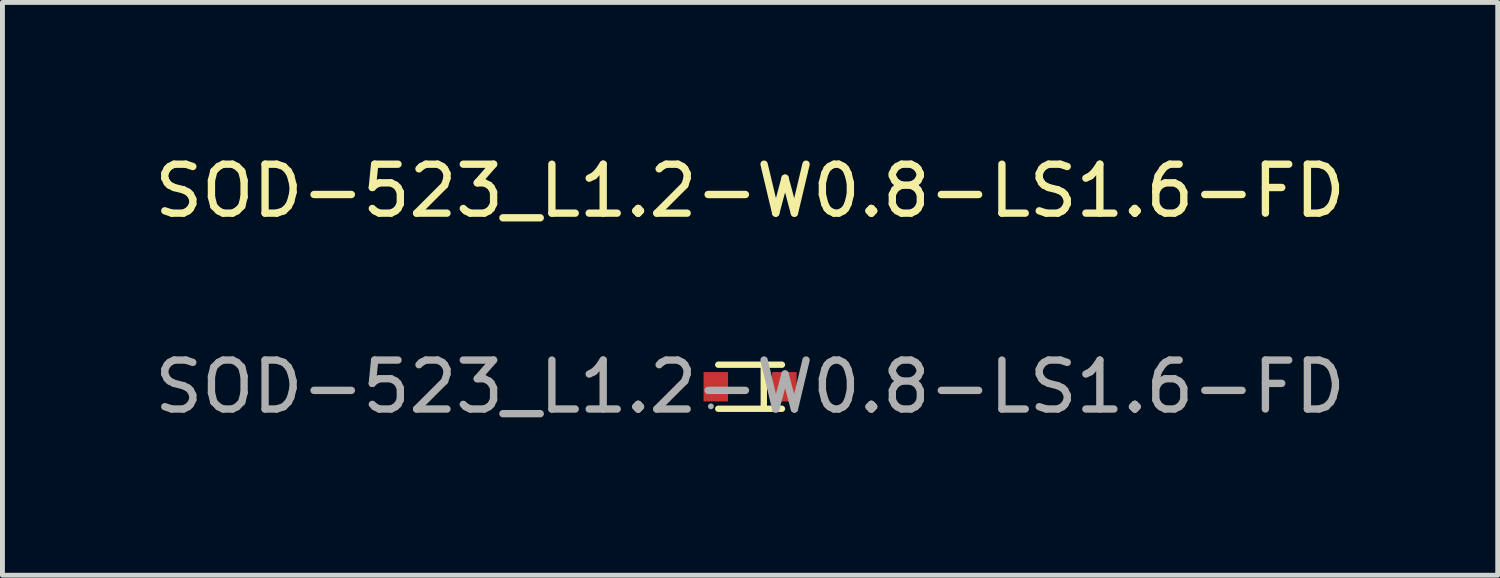
<source format=kicad_pcb>
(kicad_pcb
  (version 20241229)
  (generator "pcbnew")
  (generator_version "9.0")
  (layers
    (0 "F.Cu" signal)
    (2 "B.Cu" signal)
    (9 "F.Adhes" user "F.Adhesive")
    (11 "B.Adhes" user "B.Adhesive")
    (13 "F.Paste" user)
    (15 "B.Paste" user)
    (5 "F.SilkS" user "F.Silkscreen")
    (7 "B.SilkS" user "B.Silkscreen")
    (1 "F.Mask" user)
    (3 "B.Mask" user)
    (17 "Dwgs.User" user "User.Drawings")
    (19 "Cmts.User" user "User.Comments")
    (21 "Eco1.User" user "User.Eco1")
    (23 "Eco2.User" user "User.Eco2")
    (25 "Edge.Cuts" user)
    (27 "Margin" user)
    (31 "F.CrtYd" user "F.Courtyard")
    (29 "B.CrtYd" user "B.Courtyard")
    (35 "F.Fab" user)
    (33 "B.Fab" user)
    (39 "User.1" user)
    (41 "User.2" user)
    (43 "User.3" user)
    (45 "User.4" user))
  (footprint "SOD-523_L1.2-W0.8-LS1.6-FD"
    (layer "F.Cu")
    (at 12.268 4.848)
    (property "Reference" "SOD-523_L1.2-W0.8-LS1.6-FD" (at 0 -4 0) (layer "F.SilkS") (effects (font (size 1 1) (thickness 0.15))))
    (attr smd)
    (fp_line (start -0.65 -0.45) (end 0.65 -0.45) (stroke (width 0.13) (type solid)) (layer "F.SilkS"))
    (fp_line (start -0.65 0.45) (end 0.65 0.45) (stroke (width 0.13) (type solid)) (layer "F.SilkS"))
    (fp_line (start 0.28 -0.41) (end 0.28 0.44) (stroke (width 0.13) (type solid)) (layer "F.SilkS"))
    (fp_circle (center -0.8 0.4) (end -0.77 0.4) (stroke (width 0.06) (type solid)) (fill no) (layer "F.Fab"))
    (fp_text user "${REFERENCE}" (at 0 0 0) (layer "F.Fab") (effects (font (size 1 1) (thickness 0.15))))
    (pad "1" smd rect (at -0.7 0) (size 0.5 0.6) (layers "F.Cu" "F.Mask" "F.Paste"))
    (pad "2" smd rect (at 0.7 0 180) (size 0.5 0.6) (layers "F.Cu" "F.Mask" "F.Paste")))
  (gr_rect
    (start -3 -3)
    (end 27.536 8.697)
    (stroke (width 0.1) (type default))
    (fill no)
    (layer "Edge.Cuts")))
</source>
